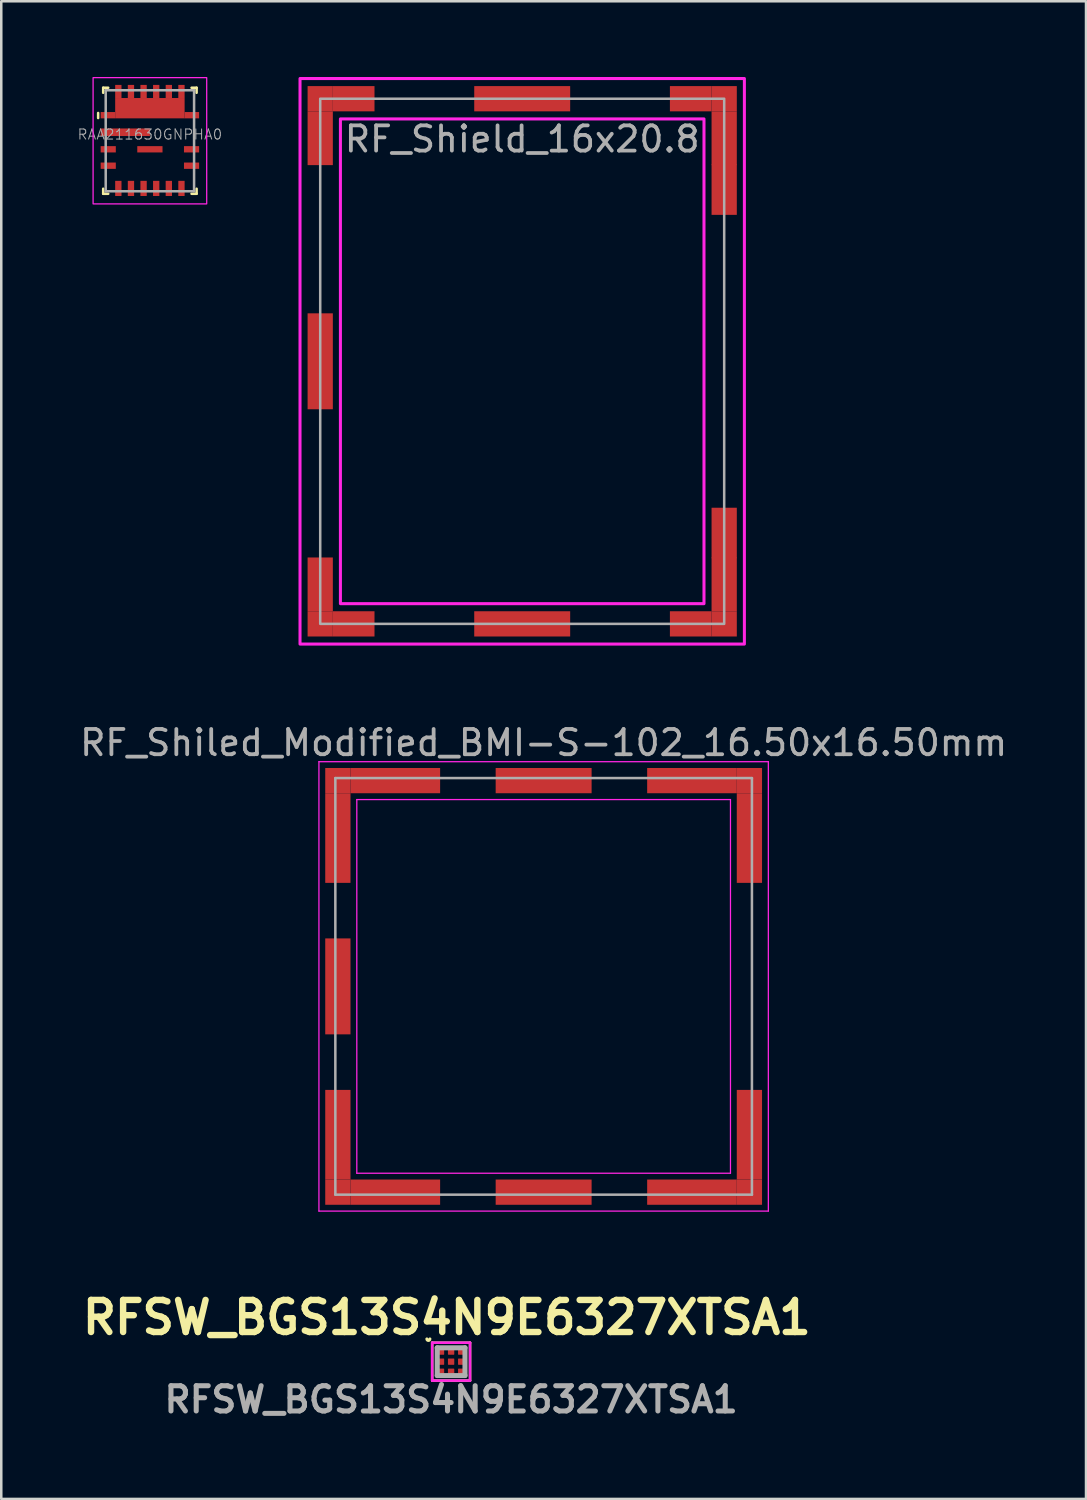
<source format=kicad_pcb>
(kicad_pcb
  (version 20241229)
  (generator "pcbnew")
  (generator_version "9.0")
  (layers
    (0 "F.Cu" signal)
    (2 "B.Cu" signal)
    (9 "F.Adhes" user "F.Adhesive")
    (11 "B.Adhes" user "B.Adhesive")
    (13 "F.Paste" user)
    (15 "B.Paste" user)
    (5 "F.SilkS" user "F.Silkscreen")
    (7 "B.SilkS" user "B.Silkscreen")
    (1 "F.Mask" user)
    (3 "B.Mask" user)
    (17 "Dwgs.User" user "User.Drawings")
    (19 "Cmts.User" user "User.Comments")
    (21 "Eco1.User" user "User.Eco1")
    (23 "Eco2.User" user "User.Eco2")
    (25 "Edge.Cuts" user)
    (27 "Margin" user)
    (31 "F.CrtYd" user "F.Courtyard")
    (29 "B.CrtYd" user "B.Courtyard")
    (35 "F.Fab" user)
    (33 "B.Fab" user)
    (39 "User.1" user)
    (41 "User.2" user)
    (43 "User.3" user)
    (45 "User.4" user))
  (footprint "RF_Shiled_Modified_BMI-S-102_16.50x16.50mm"
    (layer "F.Cu")
    (at 18.482 36.018)
    (property "Reference" "RF_Shiled_Modified_BMI-S-102_16.50x16.50mm" (at 0 -9.65 0) (layer "F.Fab") (effects (font (size 1 1) (thickness 0.15))))
    (attr smd)
    (fp_line (start -8.9 -8.9) (end -8.9 8.9) (stroke (width 0.05) (type solid)) (layer "F.CrtYd"))
    (fp_line (start -8.9 8.9) (end 8.9 8.9) (stroke (width 0.05) (type solid)) (layer "F.CrtYd"))
    (fp_line (start -7.4 -7.4) (end -7.4 7.4) (stroke (width 0.05) (type solid)) (layer "F.CrtYd"))
    (fp_line (start 7.4 -7.4) (end -7.4 -7.4) (stroke (width 0.05) (type solid)) (layer "F.CrtYd"))
    (fp_line (start 7.4 -7.4) (end 7.4 7.4) (stroke (width 0.05) (type solid)) (layer "F.CrtYd"))
    (fp_line (start 7.4 7.4) (end -7.4 7.4) (stroke (width 0.05) (type solid)) (layer "F.CrtYd"))
    (fp_line (start 8.9 -8.9) (end -8.9 -8.9) (stroke (width 0.05) (type solid)) (layer "F.CrtYd"))
    (fp_line (start 8.9 8.9) (end 8.9 -8.9) (stroke (width 0.05) (type solid)) (layer "F.CrtYd"))
    (fp_line (start -8.25 -8.25) (end -8.25 8.25) (stroke (width 0.1) (type solid)) (layer "F.Fab"))
    (fp_line (start -8.25 8.25) (end 8.25 8.25) (stroke (width 0.1) (type solid)) (layer "F.Fab"))
    (fp_line (start 8.25 -8.25) (end -8.25 -8.25) (stroke (width 0.1) (type solid)) (layer "F.Fab"))
    (fp_line (start 8.25 8.25) (end 8.25 -8.25) (stroke (width 0.1) (type solid)) (layer "F.Fab"))
    (pad "1" smd rect (at -8.15 -8.15) (size 1 1) (layers "F.Cu" "F.Mask" "F.Paste"))
    (pad "1" smd rect (at -8.15 -5.875) (size 1 3.55) (layers "F.Cu" "F.Mask" "F.Paste"))
    (pad "1" smd rect (at -8.15 0) (size 1 3.8) (layers "F.Cu" "F.Mask" "F.Paste"))
    (pad "1" smd rect (at -8.15 5.875) (size 1 3.55) (layers "F.Cu" "F.Mask" "F.Paste"))
    (pad "1" smd rect (at -8.15 8.15) (size 1 1) (layers "F.Cu" "F.Mask" "F.Paste"))
    (pad "1" smd rect (at -5.875 -8.15) (size 3.55 1) (layers "F.Cu" "F.Mask" "F.Paste"))
    (pad "1" smd rect (at -5.875 8.15) (size 3.55 1) (layers "F.Cu" "F.Mask" "F.Paste"))
    (pad "1" smd rect (at 0 -8.15) (size 3.8 1) (layers "F.Cu" "F.Mask" "F.Paste"))
    (pad "1" smd rect (at 0 8.15) (size 3.8 1) (layers "F.Cu" "F.Mask" "F.Paste"))
    (pad "1" smd rect (at 5.875 -8.15) (size 3.55 1) (layers "F.Cu" "F.Mask" "F.Paste"))
    (pad "1" smd rect (at 5.875 8.15) (size 3.55 1) (layers "F.Cu" "F.Mask" "F.Paste"))
    (pad "1" smd rect (at 8.15 -8.15) (size 1 1) (layers "F.Cu" "F.Mask" "F.Paste"))
    (pad "1" smd rect (at 8.15 -5.875) (size 1 3.55) (layers "F.Cu" "F.Mask" "F.Paste"))
    (pad "1" smd rect (at 8.15 5.875) (size 1 3.55) (layers "F.Cu" "F.Mask" "F.Paste"))
    (pad "1" smd rect (at 8.15 8.15) (size 1 1) (layers "F.Cu" "F.Mask" "F.Paste")))
  (footprint "RFSW_BGS13S4N9E6327XTSA1"
    (layer "F.Cu")
    (at 14.817 50.882)
    (property "Reference" "RFSW_BGS13S4N9E6327XTSA1" (at -0.17 -1.75 0) (layer "F.SilkS") (effects (font (size 1.27 1.27) (thickness 0.254))))
    (attr smd)
    (fp_line (start -0.75 -0.75) (end -0.75 0.75) (stroke (width 0.1) (type solid)) (layer "F.SilkS"))
    (fp_line (start -0.75 0.75) (end 0.75 0.75) (stroke (width 0.1) (type solid)) (layer "F.SilkS"))
    (fp_line (start 0.75 -0.75) (end -0.75 -0.75) (stroke (width 0.1) (type solid)) (layer "F.SilkS"))
    (fp_line (start 0.75 0.75) (end 0.75 -0.75) (stroke (width 0.1) (type solid)) (layer "F.SilkS"))
    (fp_arc (start -0.84 -0.9) (mid -0.9 -0.84) (end -0.96 -0.9) (stroke (width 0.12) (type solid)) (layer "F.SilkS"))
    (fp_line (start -0.75 -0.75) (end -0.75 0.75) (stroke (width 0.1) (type solid)) (layer "F.CrtYd"))
    (fp_line (start -0.75 0.75) (end 0.75 0.75) (stroke (width 0.1) (type solid)) (layer "F.CrtYd"))
    (fp_line (start 0.75 -0.75) (end -0.75 -0.75) (stroke (width 0.1) (type solid)) (layer "F.CrtYd"))
    (fp_line (start 0.75 0.75) (end 0.75 -0.75) (stroke (width 0.1) (type solid)) (layer "F.CrtYd"))
    (fp_line (start -0.55 -0.55) (end -0.55 0.55) (stroke (width 0.2) (type solid)) (layer "F.Fab"))
    (fp_line (start -0.55 0.55) (end 0.55 0.55) (stroke (width 0.2) (type solid)) (layer "F.Fab"))
    (fp_line (start 0.55 -0.55) (end -0.55 -0.55) (stroke (width 0.2) (type solid)) (layer "F.Fab"))
    (fp_line (start 0.55 0.55) (end 0.55 -0.55) (stroke (width 0.2) (type solid)) (layer "F.Fab"))
    (fp_text user "${REFERENCE}" (at 0 1.5 0) (layer "F.Fab") (effects (font (size 1 1) (thickness 0.2))))
    (pad "" smd circle (at -0.4 -0.4 90) (size 0.25 0.25) (layers "F.Paste"))
    (pad "" smd circle (at -0.4 0 90) (size 0.25 0.25) (layers "F.Paste"))
    (pad "" smd circle (at -0.4 0.4 90) (size 0.25 0.25) (layers "F.Paste"))
    (pad "" smd circle (at 0 -0.4 90) (size 0.25 0.25) (layers "F.Paste"))
    (pad "" smd circle (at 0 0 90) (size 0.25 0.25) (layers "F.Paste"))
    (pad "" smd circle (at 0 0.4 90) (size 0.25 0.25) (layers "F.Paste"))
    (pad "" smd circle (at 0.4 -0.4 90) (size 0.25 0.25) (layers "F.Paste"))
    (pad "" smd circle (at 0.4 0 90) (size 0.25 0.25) (layers "F.Paste"))
    (pad "" smd circle (at 0.4 0.4 90) (size 0.25 0.25) (layers "F.Paste"))
    (pad "1" smd roundrect (at -0.4 -0.4 90) (size 0.25 0.25) (layers "F.Cu" "F.Mask") (roundrect_rratio 0.08))
    (pad "2" smd roundrect (at -0.4 0 90) (size 0.25 0.25) (layers "F.Cu" "F.Mask") (roundrect_rratio 0.08))
    (pad "3" smd roundrect (at -0.4 0.4 90) (size 0.25 0.25) (layers "F.Cu" "F.Mask") (roundrect_rratio 0.08))
    (pad "4" smd roundrect (at 0 0.4 90) (size 0.25 0.25) (layers "F.Cu" "F.Mask") (roundrect_rratio 0.08))
    (pad "5" smd roundrect (at 0.4 0.4 90) (size 0.25 0.25) (layers "F.Cu" "F.Mask") (roundrect_rratio 0.08))
    (pad "6" smd roundrect (at 0.4 0 90) (size 0.25 0.25) (layers "F.Cu" "F.Mask") (roundrect_rratio 0.08))
    (pad "7" smd roundrect (at 0.4 -0.4 90) (size 0.25 0.25) (layers "F.Cu" "F.Mask") (roundrect_rratio 0.08))
    (pad "8" smd roundrect (at 0 -0.4 90) (size 0.25 0.25) (layers "F.Cu" "F.Mask") (roundrect_rratio 0.08))
    (pad "9" smd roundrect (at 0 0 90) (size 0.25 0.25) (layers "F.Cu" "F.Mask") (roundrect_rratio 0.08)))
  (footprint "RF_Shield_16x20.8"
    (layer "F.Cu")
    (at 17.633 11.26)
    (property "Reference" "RF_Shield_16x20.8" (at 0 -8.8 0) (layer "F.Fab") (effects (font (size 1 1) (thickness 0.15))))
    (attr smd)
    (fp_rect (start -8.8 -11.2) (end 8.8 11.2) (stroke (width 0.12) (type default)) (fill no) (layer "F.CrtYd"))
    (fp_rect (start -7.2 -9.6) (end 7.2 9.6) (stroke (width 0.12) (type default)) (fill no) (layer "F.CrtYd"))
    (fp_rect (start -8 -10.4) (end 8 10.4) (stroke (width 0.1) (type default)) (fill no) (layer "F.Fab"))
    (pad "1" smd rect (at -8 -10.4) (size 1 1) (layers "F.Cu" "F.Mask" "F.Paste"))
    (pad "1" smd rect (at -8 -8.835) (size 1 2.13) (layers "F.Cu" "F.Mask" "F.Paste"))
    (pad "1" smd rect (at -8 0) (size 1 3.8) (layers "F.Cu" "F.Mask" "F.Paste"))
    (pad "1" smd rect (at -8 8.835) (size 1 2.13) (layers "F.Cu" "F.Mask" "F.Paste"))
    (pad "1" smd rect (at -8 10.4) (size 1 1) (layers "F.Cu" "F.Mask" "F.Paste"))
    (pad "1" smd rect (at -6.675 -10.4) (size 1.65 1) (layers "F.Cu" "F.Mask" "F.Paste"))
    (pad "1" smd rect (at -6.675 10.4) (size 1.65 1) (layers "F.Cu" "F.Mask" "F.Paste"))
    (pad "1" smd rect (at 0 -10.4) (size 3.8 1) (layers "F.Cu" "F.Mask" "F.Paste"))
    (pad "1" smd rect (at 0 10.4) (size 3.8 1) (layers "F.Cu" "F.Mask" "F.Paste"))
    (pad "1" smd rect (at 6.675 -10.4) (size 1.65 1) (layers "F.Cu" "F.Mask" "F.Paste"))
    (pad "1" smd rect (at 6.675 10.4) (size 1.65 1) (layers "F.Cu" "F.Mask" "F.Paste"))
    (pad "1" smd rect (at 8 -10.4) (size 1 1) (layers "F.Cu" "F.Mask" "F.Paste"))
    (pad "1" smd rect (at 8 -8.835) (size 1 2.13) (layers "F.Cu" "F.Mask" "F.Paste"))
    (pad "1" smd rect (at 8 -6.8) (size 1 2) (layers "F.Cu" "F.Mask" "F.Paste"))
    (pad "1" smd rect (at 8 6.8) (size 1 2) (layers "F.Cu" "F.Mask" "F.Paste"))
    (pad "1" smd rect (at 8 8.835) (size 1 2.13) (layers "F.Cu" "F.Mask" "F.Paste"))
    (pad "1" smd rect (at 8 10.4) (size 1 1) (layers "F.Cu" "F.Mask" "F.Paste")))
  (footprint "RAA211630GNPHA0"
    (layer "F.Cu")
    (at 2.887 2.525)
    (property "Reference" "RAA211630GNPHA0" (at 0 -0.25 0) (layer "F.Fab") (effects (font (size 0.4 0.4) (thickness 0.04))))
    (attr smd)
    (fp_line (start -2.05 -1.1) (end -2.05 -0.9) (stroke (width 0.1) (type default)) (layer "F.SilkS"))
    (fp_line (start -1.85 -2.1) (end -1.85 -1.9) (stroke (width 0.1) (type default)) (layer "F.SilkS"))
    (fp_line (start -1.85 1.9) (end -1.85 2.1) (stroke (width 0.1) (type default)) (layer "F.SilkS"))
    (fp_line (start -1.85 2.1) (end -1.65 2.1) (stroke (width 0.1) (type default)) (layer "F.SilkS"))
    (fp_line (start -1.65 -2.1) (end -1.85 -2.1) (stroke (width 0.1) (type default)) (layer "F.SilkS"))
    (fp_line (start 1.65 2.1) (end 1.85 2.1) (stroke (width 0.1) (type default)) (layer "F.SilkS"))
    (fp_line (start 1.85 -2.1) (end 1.65 -2.1) (stroke (width 0.1) (type default)) (layer "F.SilkS"))
    (fp_line (start 1.85 -1.9) (end 1.85 -2.1) (stroke (width 0.1) (type default)) (layer "F.SilkS"))
    (fp_line (start 1.85 2.1) (end 1.85 1.9) (stroke (width 0.1) (type default)) (layer "F.SilkS"))
    (fp_rect (start -2.25 -2.5) (end 2.25 2.5) (stroke (width 0.05) (type default)) (fill no) (layer "F.CrtYd"))
    (fp_line (start -1.75 -2) (end 1.75 -2) (stroke (width 0.1) (type solid)) (layer "F.Fab"))
    (fp_line (start -1.75 2) (end -1.75 -2) (stroke (width 0.1) (type solid)) (layer "F.Fab"))
    (fp_line (start 1.75 -2) (end 1.75 2) (stroke (width 0.1) (type solid)) (layer "F.Fab"))
    (fp_line (start 1.75 2) (end -1.75 2) (stroke (width 0.1) (type solid)) (layer "F.Fab"))
    (pad "1" smd rect (at -1.663 -1.012 90) (size 0.25 0.575) (layers "F.Cu" "F.Mask" "F.Paste"))
    (pad "2" smd rect (at -0.975 -0.337 90) (size 0.3 1.95) (layers "F.Cu" "F.Mask" "F.Paste"))
    (pad "3" smd rect (at -1.65 0.338 90) (size 0.25 0.6) (layers "F.Cu" "F.Mask" "F.Paste"))
    (pad "4" smd rect (at -1.65 0.988 90) (size 0.25 0.6) (layers "F.Cu" "F.Mask" "F.Paste"))
    (pad "5" smd rect (at -1.25 1.888) (size 0.25 0.6) (layers "F.Cu" "F.Mask" "F.Paste"))
    (pad "6" smd rect (at -0.75 1.888) (size 0.25 0.6) (layers "F.Cu" "F.Mask" "F.Paste"))
    (pad "7" smd rect (at -0.25 1.888) (size 0.25 0.6) (layers "F.Cu" "F.Mask" "F.Paste"))
    (pad "8" smd rect (at 0.25 1.888) (size 0.25 0.6) (layers "F.Cu" "F.Mask" "F.Paste"))
    (pad "9" smd rect (at 0.75 1.888) (size 0.25 0.6) (layers "F.Cu" "F.Mask" "F.Paste"))
    (pad "10" smd rect (at 1.25 1.888) (size 0.25 0.6) (layers "F.Cu" "F.Mask" "F.Paste"))
    (pad "11" smd rect (at 1.65 0.988 90) (size 0.25 0.6) (layers "F.Cu" "F.Mask" "F.Paste"))
    (pad "12" smd rect (at 1.65 0.338 90) (size 0.25 0.6) (layers "F.Cu" "F.Mask" "F.Paste"))
    (pad "13" smd rect (at 1.662 -1.012 90) (size 0.25 0.575) (layers "F.Cu" "F.Mask" "F.Paste"))
    (pad "14" smd rect (at 1.25 -1.952) (size 0.25 0.52) (layers "F.Cu" "F.Mask" "F.Paste"))
    (pad "15" smd rect (at 0.75 -1.952) (size 0.25 0.52) (layers "F.Cu" "F.Mask" "F.Paste"))
    (pad "16" smd rect (at 0.25 -1.952) (size 0.25 0.52) (layers "F.Cu" "F.Mask" "F.Paste"))
    (pad "17" smd rect (at -0.25 -1.952) (size 0.25 0.52) (layers "F.Cu" "F.Mask" "F.Paste"))
    (pad "18" smd rect (at -0.75 -1.952) (size 0.25 0.52) (layers "F.Cu" "F.Mask" "F.Paste"))
    (pad "19" smd rect (at -1.25 -1.952) (size 0.25 0.52) (layers "F.Cu" "F.Mask" "F.Paste"))
    (pad "20" smd rect (at 0 0.338 90) (size 0.25 1) (layers "F.Cu" "F.Mask" "F.Paste"))
    (pad "21" smd rect (at 0 -1.29 90) (size 0.805 2.75) (layers "F.Cu" "F.Mask" "F.Paste")))
  (gr_rect
    (start -3 -3)
    (end 39.964 56.318)
    (stroke (width 0.1) (type default))
    (fill no)
    (layer "Edge.Cuts")))
</source>
